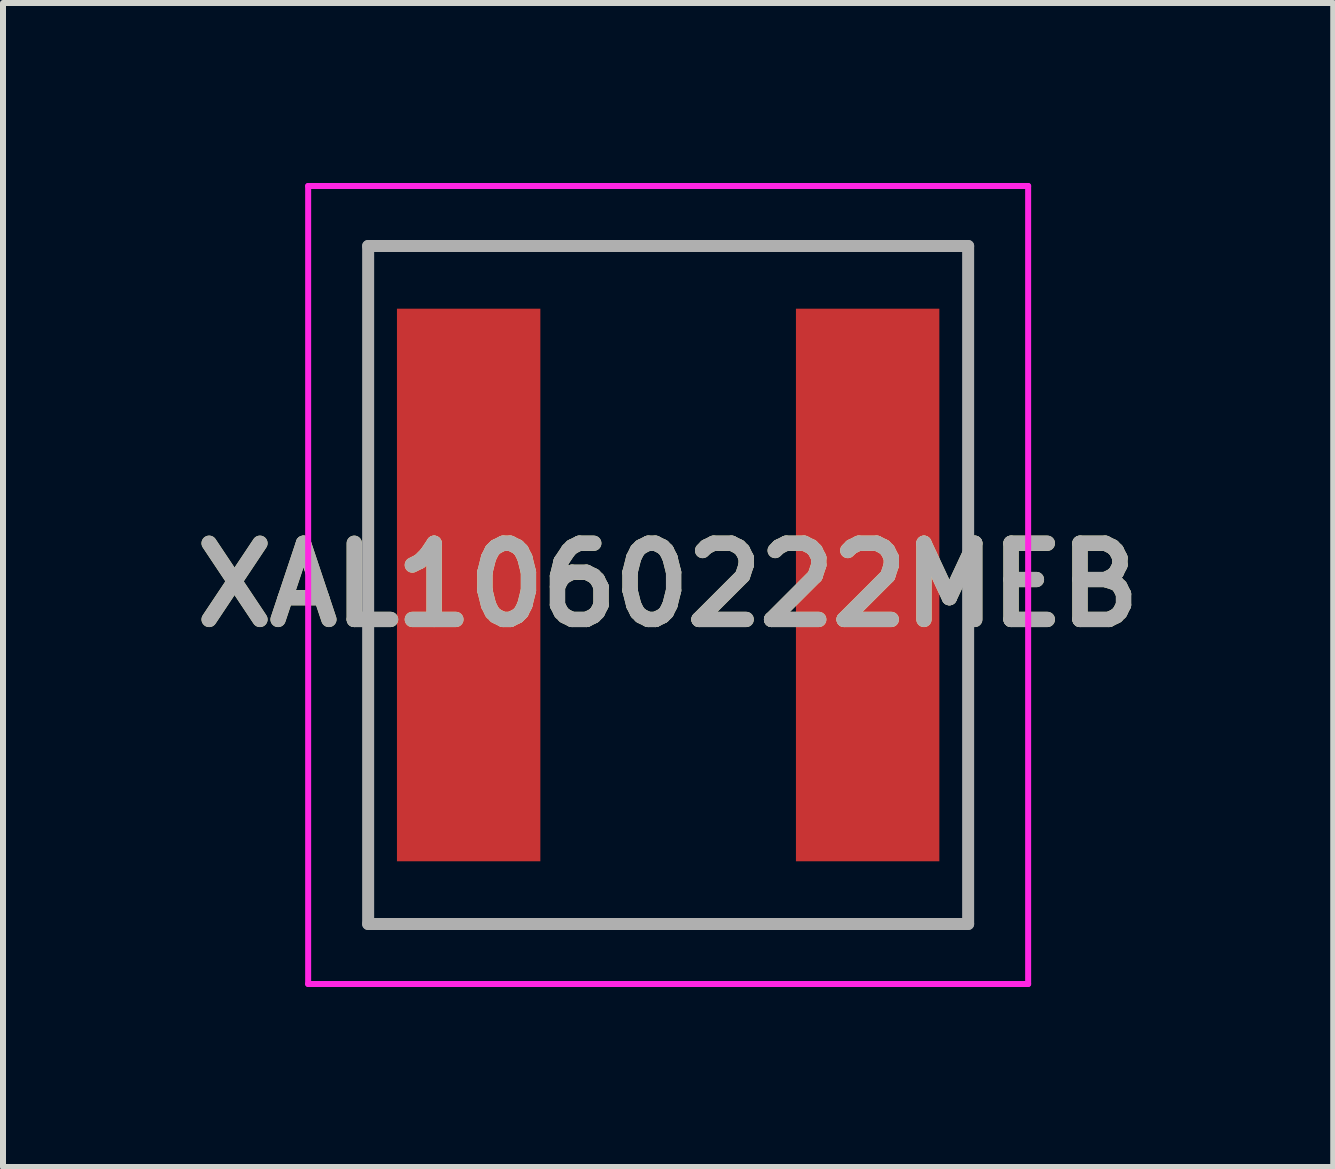
<source format=kicad_pcb>
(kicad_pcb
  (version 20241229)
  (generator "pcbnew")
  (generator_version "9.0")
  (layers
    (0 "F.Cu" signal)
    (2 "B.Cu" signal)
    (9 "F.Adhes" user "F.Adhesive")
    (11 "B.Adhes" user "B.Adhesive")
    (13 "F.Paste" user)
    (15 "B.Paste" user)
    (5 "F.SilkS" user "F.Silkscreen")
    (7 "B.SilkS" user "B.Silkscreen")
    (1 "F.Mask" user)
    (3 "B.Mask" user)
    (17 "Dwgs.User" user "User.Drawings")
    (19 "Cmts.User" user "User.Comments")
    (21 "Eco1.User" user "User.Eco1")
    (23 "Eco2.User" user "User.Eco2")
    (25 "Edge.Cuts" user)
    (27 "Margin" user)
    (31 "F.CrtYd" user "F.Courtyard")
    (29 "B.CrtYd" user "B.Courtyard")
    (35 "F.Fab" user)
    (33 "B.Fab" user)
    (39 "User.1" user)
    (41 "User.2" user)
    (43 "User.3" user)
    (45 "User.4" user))
  (footprint "XAL1060222MEB"
    (layer "F.Cu")
    (at 8.086 6.7)
    (property "Reference" "XAL1060222MEB" (at 0 0 0) (layer "F.SilkS") (effects (font (size 1.27 1.27) (thickness 0.254))))
    (attr smd)
    (fp_line (start -5 -5.65) (end 5 -5.65) (stroke (width 0.1) (type solid)) (layer "F.SilkS"))
    (fp_line (start -5 5.65) (end -5 -5.65) (stroke (width 0.1) (type solid)) (layer "F.SilkS"))
    (fp_line (start 5 -5.65) (end 5 5.65) (stroke (width 0.1) (type solid)) (layer "F.SilkS"))
    (fp_line (start 5 5.65) (end -5 5.65) (stroke (width 0.1) (type solid)) (layer "F.SilkS"))
    (fp_line (start -6 -6.65) (end 6 -6.65) (stroke (width 0.1) (type solid)) (layer "F.CrtYd"))
    (fp_line (start -6 6.65) (end -6 -6.65) (stroke (width 0.1) (type solid)) (layer "F.CrtYd"))
    (fp_line (start 6 -6.65) (end 6 6.65) (stroke (width 0.1) (type solid)) (layer "F.CrtYd"))
    (fp_line (start 6 6.65) (end -6 6.65) (stroke (width 0.1) (type solid)) (layer "F.CrtYd"))
    (fp_line (start -5 -5.65) (end 5 -5.65) (stroke (width 0.2) (type solid)) (layer "F.Fab"))
    (fp_line (start -5 5.65) (end -5 -5.65) (stroke (width 0.2) (type solid)) (layer "F.Fab"))
    (fp_line (start 5 -5.65) (end 5 5.65) (stroke (width 0.2) (type solid)) (layer "F.Fab"))
    (fp_line (start 5 5.65) (end -5 5.65) (stroke (width 0.2) (type solid)) (layer "F.Fab"))
    (fp_text user "${REFERENCE}" (at 0 0 0) (layer "F.Fab") (effects (font (size 1.27 1.27) (thickness 0.254))))
    (pad "1" smd rect (at -3.325 0) (size 2.39 9.21) (layers "F.Cu" "F.Mask" "F.Paste"))
    (pad "2" smd rect (at 3.325 0) (size 2.39 9.21) (layers "F.Cu" "F.Mask" "F.Paste")))
  (gr_rect
    (start -3 -3)
    (end 19.171 16.4)
    (stroke (width 0.1) (type default))
    (fill no)
    (layer "Edge.Cuts")))
</source>
